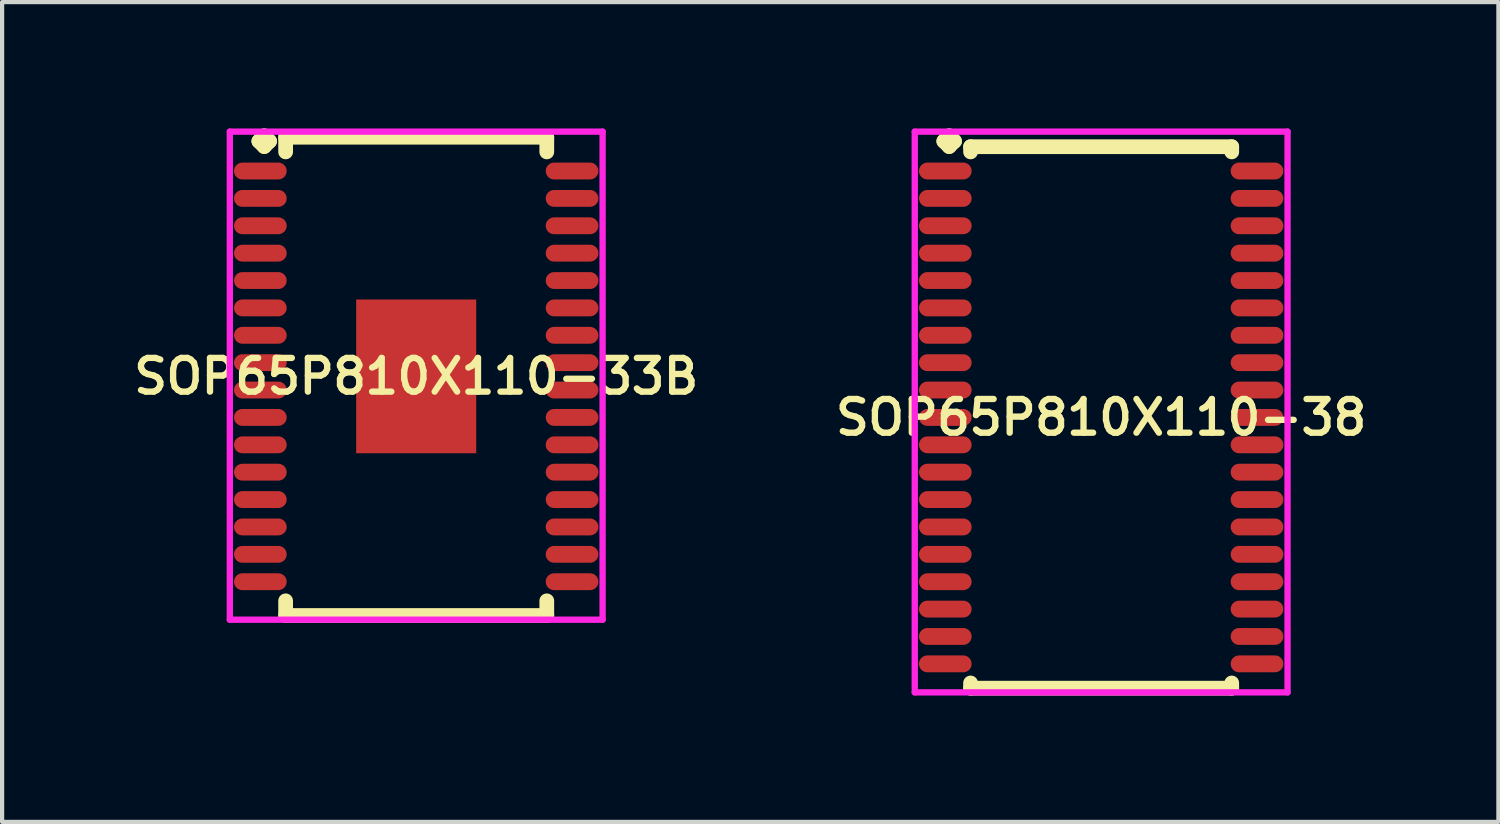
<source format=kicad_pcb>
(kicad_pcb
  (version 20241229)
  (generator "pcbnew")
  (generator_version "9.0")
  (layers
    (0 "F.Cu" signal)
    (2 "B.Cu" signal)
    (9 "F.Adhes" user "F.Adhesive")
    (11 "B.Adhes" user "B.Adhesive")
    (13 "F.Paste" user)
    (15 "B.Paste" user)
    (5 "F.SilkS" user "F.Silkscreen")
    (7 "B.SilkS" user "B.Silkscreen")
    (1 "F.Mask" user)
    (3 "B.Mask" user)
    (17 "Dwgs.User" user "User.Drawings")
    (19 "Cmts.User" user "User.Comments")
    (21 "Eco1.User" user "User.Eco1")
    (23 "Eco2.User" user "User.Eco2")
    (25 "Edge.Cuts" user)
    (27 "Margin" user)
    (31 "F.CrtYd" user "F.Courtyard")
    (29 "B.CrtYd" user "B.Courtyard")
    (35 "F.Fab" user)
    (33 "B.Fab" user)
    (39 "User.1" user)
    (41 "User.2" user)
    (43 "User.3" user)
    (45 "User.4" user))
  (footprint "SOP65P810X110-33B"
    (layer "F.Cu")
    (at 6.831 5.885)
    (property "Reference" "SOP65P810X110-33B" (at 0 0 0) (layer "F.SilkS") (effects (font (size 0.8 0.8) (thickness 0.15))))
    (attr smd)
    (fp_line (start -3.735 -5.583) (end -3.608 -5.71) (stroke (width 0.35) (type solid)) (layer "F.SilkS"))
    (fp_line (start -3.608 -5.71) (end -3.481 -5.583) (stroke (width 0.35) (type solid)) (layer "F.SilkS"))
    (fp_line (start -3.608 -5.456) (end -3.735 -5.583) (stroke (width 0.35) (type solid)) (layer "F.SilkS"))
    (fp_line (start -3.481 -5.583) (end -3.608 -5.456) (stroke (width 0.35) (type solid)) (layer "F.SilkS"))
    (fp_line (start -3.1 -5.677) (end 3.1 -5.677) (stroke (width 0.35) (type solid)) (layer "F.SilkS"))
    (fp_line (start -3.1 -5.329) (end -3.1 -5.677) (stroke (width 0.35) (type solid)) (layer "F.SilkS"))
    (fp_line (start -3.1 5.329) (end -3.1 5.677) (stroke (width 0.35) (type solid)) (layer "F.SilkS"))
    (fp_line (start -3.1 5.677) (end 3.1 5.677) (stroke (width 0.35) (type solid)) (layer "F.SilkS"))
    (fp_line (start 3.1 -5.677) (end 3.1 -5.329) (stroke (width 0.35) (type solid)) (layer "F.SilkS"))
    (fp_line (start 3.1 5.677) (end 3.1 5.329) (stroke (width 0.35) (type solid)) (layer "F.SilkS"))
    (fp_line (start -4.425 -5.81) (end 4.425 -5.81) (stroke (width 0.15) (type solid)) (layer "F.CrtYd"))
    (fp_line (start -4.425 5.777) (end -4.425 -5.81) (stroke (width 0.15) (type solid)) (layer "F.CrtYd"))
    (fp_line (start 4.425 -5.81) (end 4.425 5.777) (stroke (width 0.15) (type solid)) (layer "F.CrtYd"))
    (fp_line (start 4.425 5.777) (end -4.425 5.777) (stroke (width 0.15) (type solid)) (layer "F.CrtYd"))
    (pad "1" smd oval (at -3.7 -4.875) (size 1.25 0.4) (layers "F.Cu" "F.Mask" "F.Paste"))
    (pad "2" smd oval (at -3.7 -4.225) (size 1.25 0.4) (layers "F.Cu" "F.Mask" "F.Paste"))
    (pad "3" smd oval (at -3.7 -3.575) (size 1.25 0.4) (layers "F.Cu" "F.Mask" "F.Paste"))
    (pad "4" smd oval (at -3.7 -2.925) (size 1.25 0.4) (layers "F.Cu" "F.Mask" "F.Paste"))
    (pad "5" smd oval (at -3.7 -2.275) (size 1.25 0.4) (layers "F.Cu" "F.Mask" "F.Paste"))
    (pad "6" smd oval (at -3.7 -1.625) (size 1.25 0.4) (layers "F.Cu" "F.Mask" "F.Paste"))
    (pad "7" smd oval (at -3.7 -0.975) (size 1.25 0.4) (layers "F.Cu" "F.Mask" "F.Paste"))
    (pad "8" smd oval (at -3.7 -0.325) (size 1.25 0.4) (layers "F.Cu" "F.Mask" "F.Paste"))
    (pad "9" smd oval (at -3.7 0.325) (size 1.25 0.4) (layers "F.Cu" "F.Mask" "F.Paste"))
    (pad "10" smd oval (at -3.7 0.975) (size 1.25 0.4) (layers "F.Cu" "F.Mask" "F.Paste"))
    (pad "11" smd oval (at -3.7 1.625) (size 1.25 0.4) (layers "F.Cu" "F.Mask" "F.Paste"))
    (pad "12" smd oval (at -3.7 2.275) (size 1.25 0.4) (layers "F.Cu" "F.Mask" "F.Paste"))
    (pad "13" smd oval (at -3.7 2.925) (size 1.25 0.4) (layers "F.Cu" "F.Mask" "F.Paste"))
    (pad "14" smd oval (at -3.7 3.575) (size 1.25 0.4) (layers "F.Cu" "F.Mask" "F.Paste"))
    (pad "15" smd oval (at -3.7 4.225) (size 1.25 0.4) (layers "F.Cu" "F.Mask" "F.Paste"))
    (pad "16" smd oval (at -3.7 4.875) (size 1.25 0.4) (layers "F.Cu" "F.Mask" "F.Paste"))
    (pad "17" smd oval (at 3.7 4.875) (size 1.25 0.4) (layers "F.Cu" "F.Mask" "F.Paste"))
    (pad "18" smd oval (at 3.7 4.225) (size 1.25 0.4) (layers "F.Cu" "F.Mask" "F.Paste"))
    (pad "19" smd oval (at 3.7 3.575) (size 1.25 0.4) (layers "F.Cu" "F.Mask" "F.Paste"))
    (pad "20" smd oval (at 3.7 2.925) (size 1.25 0.4) (layers "F.Cu" "F.Mask" "F.Paste"))
    (pad "21" smd oval (at 3.7 2.275) (size 1.25 0.4) (layers "F.Cu" "F.Mask" "F.Paste"))
    (pad "22" smd oval (at 3.7 1.625) (size 1.25 0.4) (layers "F.Cu" "F.Mask" "F.Paste"))
    (pad "23" smd oval (at 3.7 0.975) (size 1.25 0.4) (layers "F.Cu" "F.Mask" "F.Paste"))
    (pad "24" smd oval (at 3.7 0.325) (size 1.25 0.4) (layers "F.Cu" "F.Mask" "F.Paste"))
    (pad "25" smd oval (at 3.7 -0.325) (size 1.25 0.4) (layers "F.Cu" "F.Mask" "F.Paste"))
    (pad "26" smd oval (at 3.7 -0.975) (size 1.25 0.4) (layers "F.Cu" "F.Mask" "F.Paste"))
    (pad "27" smd oval (at 3.7 -1.625) (size 1.25 0.4) (layers "F.Cu" "F.Mask" "F.Paste"))
    (pad "28" smd oval (at 3.7 -2.275) (size 1.25 0.4) (layers "F.Cu" "F.Mask" "F.Paste"))
    (pad "29" smd oval (at 3.7 -2.925) (size 1.25 0.4) (layers "F.Cu" "F.Mask" "F.Paste"))
    (pad "30" smd oval (at 3.7 -3.575) (size 1.25 0.4) (layers "F.Cu" "F.Mask" "F.Paste"))
    (pad "31" smd oval (at 3.7 -4.225) (size 1.25 0.4) (layers "F.Cu" "F.Mask" "F.Paste"))
    (pad "32" smd oval (at 3.7 -4.875) (size 1.25 0.4) (layers "F.Cu" "F.Mask" "F.Paste"))
    (pad "33" smd rect (at 0 0) (size 2.85 3.65) (layers "F.Cu" "F.Mask" "F.Paste")))
  (footprint "SOP65P810X110-38"
    (layer "F.Cu")
    (at 23.092 6.86)
    (property "Reference" "SOP65P810X110-38" (at 0 0 0) (layer "F.SilkS") (effects (font (size 0.8 0.8) (thickness 0.15))))
    (attr smd)
    (fp_line (start -3.735 -6.558) (end -3.608 -6.685) (stroke (width 0.35) (type solid)) (layer "F.SilkS"))
    (fp_line (start -3.608 -6.685) (end -3.481 -6.558) (stroke (width 0.35) (type solid)) (layer "F.SilkS"))
    (fp_line (start -3.608 -6.431) (end -3.735 -6.558) (stroke (width 0.35) (type solid)) (layer "F.SilkS"))
    (fp_line (start -3.481 -6.558) (end -3.608 -6.431) (stroke (width 0.35) (type solid)) (layer "F.SilkS"))
    (fp_line (start -3.1 -6.427) (end 3.1 -6.427) (stroke (width 0.35) (type solid)) (layer "F.SilkS"))
    (fp_line (start -3.1 -6.304) (end -3.1 -6.427) (stroke (width 0.35) (type solid)) (layer "F.SilkS"))
    (fp_line (start -3.1 6.304) (end -3.1 6.427) (stroke (width 0.35) (type solid)) (layer "F.SilkS"))
    (fp_line (start -3.1 6.427) (end 3.1 6.427) (stroke (width 0.35) (type solid)) (layer "F.SilkS"))
    (fp_line (start 3.1 -6.427) (end 3.1 -6.304) (stroke (width 0.35) (type solid)) (layer "F.SilkS"))
    (fp_line (start 3.1 6.427) (end 3.1 6.304) (stroke (width 0.35) (type solid)) (layer "F.SilkS"))
    (fp_line (start -4.425 -6.785) (end 4.425 -6.785) (stroke (width 0.15) (type solid)) (layer "F.CrtYd"))
    (fp_line (start -4.425 6.527) (end -4.425 -6.785) (stroke (width 0.15) (type solid)) (layer "F.CrtYd"))
    (fp_line (start 4.425 -6.785) (end 4.425 6.527) (stroke (width 0.15) (type solid)) (layer "F.CrtYd"))
    (fp_line (start 4.425 6.527) (end -4.425 6.527) (stroke (width 0.15) (type solid)) (layer "F.CrtYd"))
    (pad "1" smd oval (at -3.7 -5.85) (size 1.25 0.4) (layers "F.Cu" "F.Mask" "F.Paste"))
    (pad "2" smd oval (at -3.7 -5.2) (size 1.25 0.4) (layers "F.Cu" "F.Mask" "F.Paste"))
    (pad "3" smd oval (at -3.7 -4.55) (size 1.25 0.4) (layers "F.Cu" "F.Mask" "F.Paste"))
    (pad "4" smd oval (at -3.7 -3.9) (size 1.25 0.4) (layers "F.Cu" "F.Mask" "F.Paste"))
    (pad "5" smd oval (at -3.7 -3.25) (size 1.25 0.4) (layers "F.Cu" "F.Mask" "F.Paste"))
    (pad "6" smd oval (at -3.7 -2.6) (size 1.25 0.4) (layers "F.Cu" "F.Mask" "F.Paste"))
    (pad "7" smd oval (at -3.7 -1.95) (size 1.25 0.4) (layers "F.Cu" "F.Mask" "F.Paste"))
    (pad "8" smd oval (at -3.7 -1.3) (size 1.25 0.4) (layers "F.Cu" "F.Mask" "F.Paste"))
    (pad "9" smd oval (at -3.7 -0.65) (size 1.25 0.4) (layers "F.Cu" "F.Mask" "F.Paste"))
    (pad "10" smd oval (at -3.7 0) (size 1.25 0.4) (layers "F.Cu" "F.Mask" "F.Paste"))
    (pad "11" smd oval (at -3.7 0.65) (size 1.25 0.4) (layers "F.Cu" "F.Mask" "F.Paste"))
    (pad "12" smd oval (at -3.7 1.3) (size 1.25 0.4) (layers "F.Cu" "F.Mask" "F.Paste"))
    (pad "13" smd oval (at -3.7 1.95) (size 1.25 0.4) (layers "F.Cu" "F.Mask" "F.Paste"))
    (pad "14" smd oval (at -3.7 2.6) (size 1.25 0.4) (layers "F.Cu" "F.Mask" "F.Paste"))
    (pad "15" smd oval (at -3.7 3.25) (size 1.25 0.4) (layers "F.Cu" "F.Mask" "F.Paste"))
    (pad "16" smd oval (at -3.7 3.9) (size 1.25 0.4) (layers "F.Cu" "F.Mask" "F.Paste"))
    (pad "17" smd oval (at -3.7 4.55) (size 1.25 0.4) (layers "F.Cu" "F.Mask" "F.Paste"))
    (pad "18" smd oval (at -3.7 5.2) (size 1.25 0.4) (layers "F.Cu" "F.Mask" "F.Paste"))
    (pad "19" smd oval (at -3.7 5.85) (size 1.25 0.4) (layers "F.Cu" "F.Mask" "F.Paste"))
    (pad "20" smd oval (at 3.7 5.85) (size 1.25 0.4) (layers "F.Cu" "F.Mask" "F.Paste"))
    (pad "21" smd oval (at 3.7 5.2) (size 1.25 0.4) (layers "F.Cu" "F.Mask" "F.Paste"))
    (pad "22" smd oval (at 3.7 4.55) (size 1.25 0.4) (layers "F.Cu" "F.Mask" "F.Paste"))
    (pad "23" smd oval (at 3.7 3.9) (size 1.25 0.4) (layers "F.Cu" "F.Mask" "F.Paste"))
    (pad "24" smd oval (at 3.7 3.25) (size 1.25 0.4) (layers "F.Cu" "F.Mask" "F.Paste"))
    (pad "25" smd oval (at 3.7 2.6) (size 1.25 0.4) (layers "F.Cu" "F.Mask" "F.Paste"))
    (pad "26" smd oval (at 3.7 1.95) (size 1.25 0.4) (layers "F.Cu" "F.Mask" "F.Paste"))
    (pad "27" smd oval (at 3.7 1.3) (size 1.25 0.4) (layers "F.Cu" "F.Mask" "F.Paste"))
    (pad "28" smd oval (at 3.7 0.65) (size 1.25 0.4) (layers "F.Cu" "F.Mask" "F.Paste"))
    (pad "29" smd oval (at 3.7 0) (size 1.25 0.4) (layers "F.Cu" "F.Mask" "F.Paste"))
    (pad "30" smd oval (at 3.7 -0.65) (size 1.25 0.4) (layers "F.Cu" "F.Mask" "F.Paste"))
    (pad "31" smd oval (at 3.7 -1.3) (size 1.25 0.4) (layers "F.Cu" "F.Mask" "F.Paste"))
    (pad "32" smd oval (at 3.7 -1.95) (size 1.25 0.4) (layers "F.Cu" "F.Mask" "F.Paste"))
    (pad "33" smd oval (at 3.7 -2.6) (size 1.25 0.4) (layers "F.Cu" "F.Mask" "F.Paste"))
    (pad "34" smd oval (at 3.7 -3.25) (size 1.25 0.4) (layers "F.Cu" "F.Mask" "F.Paste"))
    (pad "35" smd oval (at 3.7 -3.9) (size 1.25 0.4) (layers "F.Cu" "F.Mask" "F.Paste"))
    (pad "36" smd oval (at 3.7 -4.55) (size 1.25 0.4) (layers "F.Cu" "F.Mask" "F.Paste"))
    (pad "37" smd oval (at 3.7 -5.2) (size 1.25 0.4) (layers "F.Cu" "F.Mask" "F.Paste"))
    (pad "38" smd oval (at 3.7 -5.85) (size 1.25 0.4) (layers "F.Cu" "F.Mask" "F.Paste")))
  (gr_rect
    (start -3 -3)
    (end 32.523 16.462)
    (stroke (width 0.1) (type default))
    (fill no)
    (layer "Edge.Cuts")))
</source>
